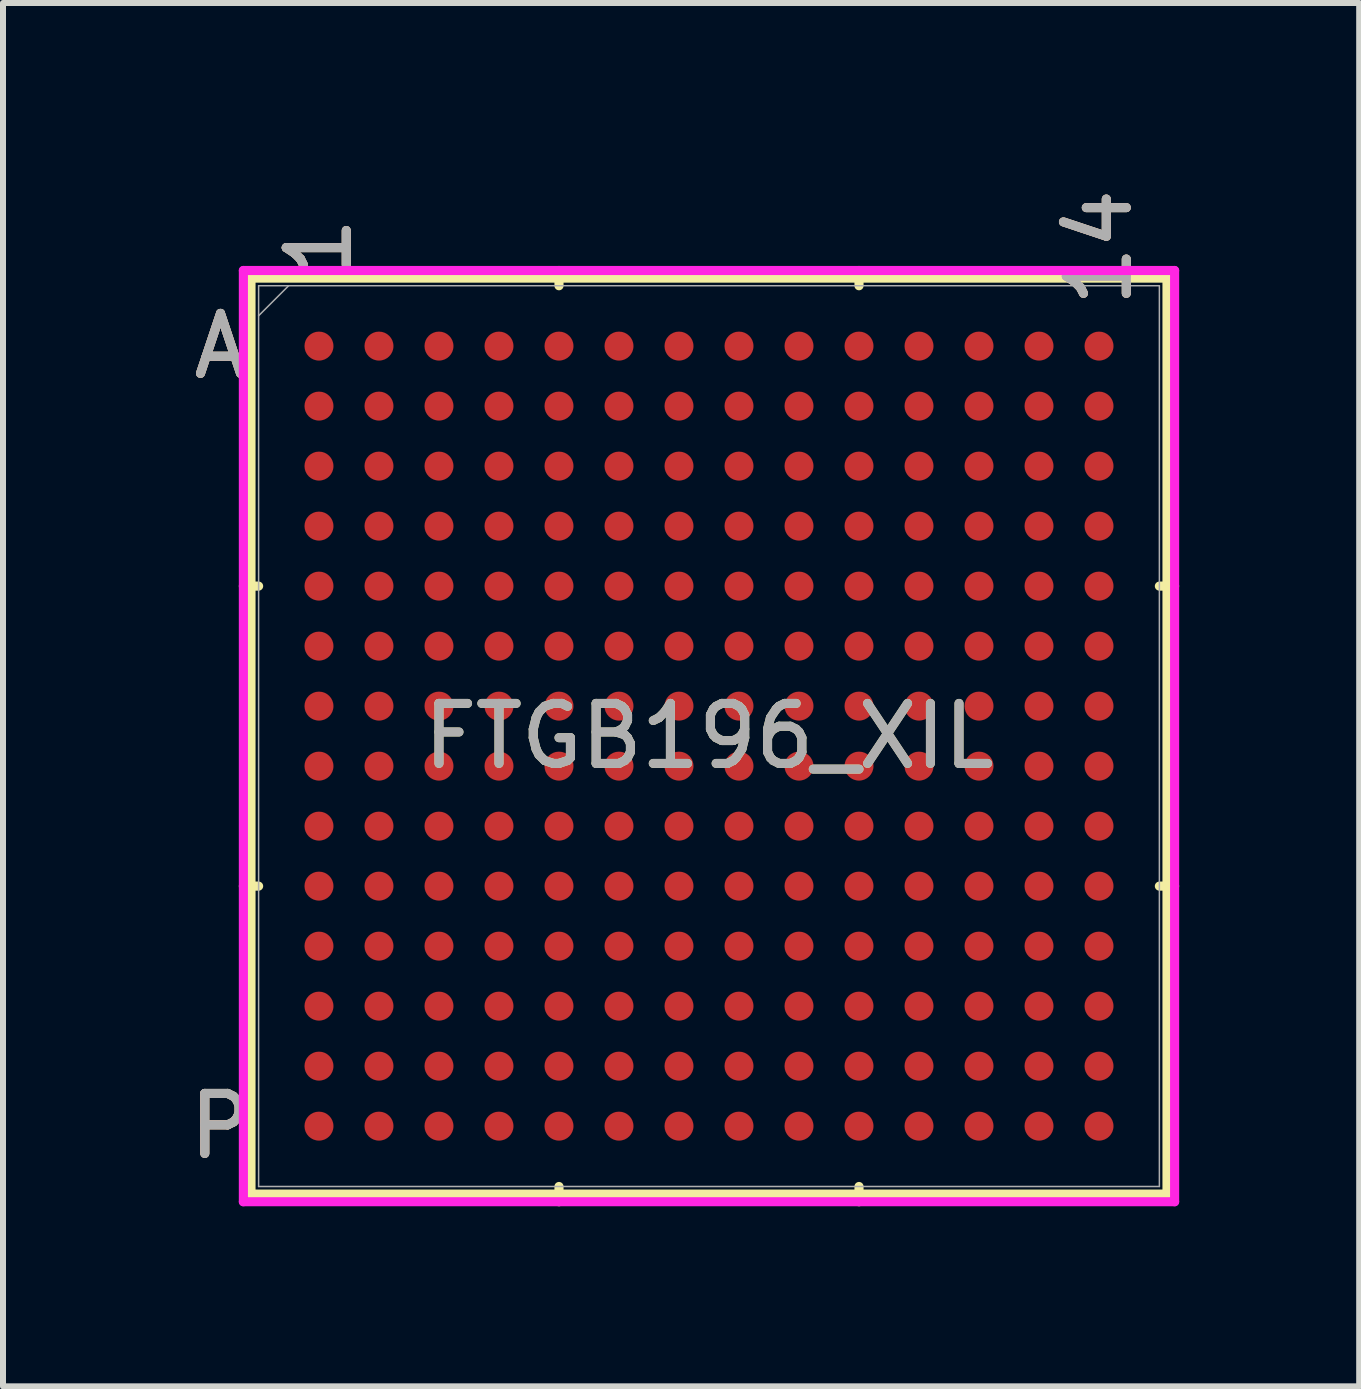
<source format=kicad_pcb>
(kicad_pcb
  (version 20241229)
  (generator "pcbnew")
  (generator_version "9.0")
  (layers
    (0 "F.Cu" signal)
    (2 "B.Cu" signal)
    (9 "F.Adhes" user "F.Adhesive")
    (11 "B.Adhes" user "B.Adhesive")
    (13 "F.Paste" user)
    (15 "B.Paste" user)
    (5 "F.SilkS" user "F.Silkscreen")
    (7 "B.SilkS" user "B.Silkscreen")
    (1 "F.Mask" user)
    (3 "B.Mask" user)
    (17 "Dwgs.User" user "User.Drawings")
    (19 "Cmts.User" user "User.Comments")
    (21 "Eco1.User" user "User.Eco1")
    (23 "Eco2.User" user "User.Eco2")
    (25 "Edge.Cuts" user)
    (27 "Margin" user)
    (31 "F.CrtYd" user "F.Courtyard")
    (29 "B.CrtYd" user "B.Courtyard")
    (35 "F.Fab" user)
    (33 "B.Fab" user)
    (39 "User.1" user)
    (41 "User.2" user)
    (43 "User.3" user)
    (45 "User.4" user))
  (footprint "FTGB196_XIL"
    (layer "F.Cu")
    (at 8.766 9.218)
    (property "Reference" "FTGB196_XIL" (at 0 0 0) (unlocked yes) (layer "F.SilkS") (effects (font (size 1 1) (thickness 0.15))))
    (attr smd)
    (fp_line (start -7.633 -7.633) (end -7.633 7.633) (stroke (width 0.152) (type solid)) (layer "F.SilkS"))
    (fp_line (start -7.633 7.633) (end 7.633 7.633) (stroke (width 0.152) (type solid)) (layer "F.SilkS"))
    (fp_line (start -7.506 -2.5) (end -7.76 -2.5) (stroke (width 0.152) (type solid)) (layer "F.SilkS"))
    (fp_line (start -7.506 2.5) (end -7.76 2.5) (stroke (width 0.152) (type solid)) (layer "F.SilkS"))
    (fp_line (start -2.5 -7.506) (end -2.5 -7.76) (stroke (width 0.152) (type solid)) (layer "F.SilkS"))
    (fp_line (start -2.5 7.506) (end -2.5 7.76) (stroke (width 0.152) (type solid)) (layer "F.SilkS"))
    (fp_line (start 2.5 -7.506) (end 2.5 -7.76) (stroke (width 0.152) (type solid)) (layer "F.SilkS"))
    (fp_line (start 2.5 7.506) (end 2.5 7.76) (stroke (width 0.152) (type solid)) (layer "F.SilkS"))
    (fp_line (start 7.506 -2.5) (end 7.76 -2.5) (stroke (width 0.152) (type solid)) (layer "F.SilkS"))
    (fp_line (start 7.506 2.5) (end 7.76 2.5) (stroke (width 0.152) (type solid)) (layer "F.SilkS"))
    (fp_line (start 7.633 -7.633) (end -7.633 -7.633) (stroke (width 0.152) (type solid)) (layer "F.SilkS"))
    (fp_line (start 7.633 7.633) (end 7.633 -7.633) (stroke (width 0.152) (type solid)) (layer "F.SilkS"))
    (fp_poly (pts (xy -7.508 -7.508) (xy 7.508 -7.508) (xy 7.508 7.508) (xy -7.508 7.508)) (stroke (width 0.1) (type solid)) (fill no) (layer "Eco2.User"))
    (fp_line (start -7.76 -7.76) (end 7.76 -7.76) (stroke (width 0.152) (type solid)) (layer "F.CrtYd"))
    (fp_line (start -7.76 7.76) (end -7.76 -7.76) (stroke (width 0.152) (type solid)) (layer "F.CrtYd"))
    (fp_line (start 7.76 -7.76) (end 7.76 7.76) (stroke (width 0.152) (type solid)) (layer "F.CrtYd"))
    (fp_line (start 7.76 7.76) (end -7.76 7.76) (stroke (width 0.152) (type solid)) (layer "F.CrtYd"))
    (fp_line (start -7.506 -7.506) (end -7.506 7.506) (stroke (width 0.025) (type solid)) (layer "F.Fab"))
    (fp_line (start -7.506 7.506) (end 7.506 7.506) (stroke (width 0.025) (type solid)) (layer "F.Fab"))
    (fp_line (start -7.006 -7.506) (end -7.506 -7.006) (stroke (width 0.025) (type solid)) (layer "F.Fab"))
    (fp_line (start 7.506 -7.506) (end -7.506 -7.506) (stroke (width 0.025) (type solid)) (layer "F.Fab"))
    (fp_line (start 7.506 7.506) (end 7.506 -7.506) (stroke (width 0.025) (type solid)) (layer "F.Fab"))
    (fp_text user "14" (at 6.5 -8.141 90) (unlocked yes) (layer "F.SilkS") (effects (font (size 1 1) (thickness 0.15))))
    (fp_text user "1" (at -6.5 -8.141 90) (unlocked yes) (layer "F.SilkS") (effects (font (size 1 1) (thickness 0.15))))
    (fp_text user "A" (at -8.141 -6.5 0) (unlocked yes) (layer "F.SilkS") (effects (font (size 1 1) (thickness 0.15))))
    (fp_text user "P" (at -8.141 6.5 0) (unlocked yes) (layer "F.SilkS") (effects (font (size 1 1) (thickness 0.15))))
    (fp_text user "A" (at -8.141 -6.5 0) (unlocked yes) (layer "B.SilkS") (effects (font (size 1 1) (thickness 0.15))))
    (fp_text user "14" (at 6.5 -8.141 90) (unlocked yes) (layer "B.SilkS") (effects (font (size 1 1) (thickness 0.15))))
    (fp_text user "1" (at -6.5 -8.141 90) (unlocked yes) (layer "B.SilkS") (effects (font (size 1 1) (thickness 0.15))))
    (fp_text user "P" (at -8.141 6.5 0) (unlocked yes) (layer "B.SilkS") (effects (font (size 1 1) (thickness 0.15))))
    (fp_text user "14" (at 6.5 -8.141 90) (unlocked yes) (layer "F.Fab") (effects (font (size 1 1) (thickness 0.15))))
    (fp_text user "${REFERENCE}" (at 0 0 0) (unlocked yes) (layer "F.Fab") (effects (font (size 1 1) (thickness 0.15))))
    (fp_text user "1" (at -6.5 -8.141 90) (unlocked yes) (layer "F.Fab") (effects (font (size 1 1) (thickness 0.15))))
    (fp_text user "A" (at -8.141 -6.5 0) (unlocked yes) (layer "F.Fab") (effects (font (size 1 1) (thickness 0.15))))
    (fp_text user "P" (at -8.141 6.5 0) (unlocked yes) (layer "F.Fab") (effects (font (size 1 1) (thickness 0.15))))
    (pad "A1" smd circle (at -6.5 -6.5) (size 0.483 0.483) (layers "F.Cu" "F.Mask" "F.Paste"))
    (pad "A2" smd circle (at -5.5 -6.5) (size 0.483 0.483) (layers "F.Cu" "F.Mask" "F.Paste"))
    (pad "A3" smd circle (at -4.5 -6.5) (size 0.483 0.483) (layers "F.Cu" "F.Mask" "F.Paste"))
    (pad "A4" smd circle (at -3.5 -6.5) (size 0.483 0.483) (layers "F.Cu" "F.Mask" "F.Paste"))
    (pad "A5" smd circle (at -2.5 -6.5) (size 0.483 0.483) (layers "F.Cu" "F.Mask" "F.Paste"))
    (pad "A6" smd circle (at -1.5 -6.5) (size 0.483 0.483) (layers "F.Cu" "F.Mask" "F.Paste"))
    (pad "A7" smd circle (at -0.5 -6.5) (size 0.483 0.483) (layers "F.Cu" "F.Mask" "F.Paste"))
    (pad "A8" smd circle (at 0.5 -6.5) (size 0.483 0.483) (layers "F.Cu" "F.Mask" "F.Paste"))
    (pad "A9" smd circle (at 1.5 -6.5) (size 0.483 0.483) (layers "F.Cu" "F.Mask" "F.Paste"))
    (pad "A10" smd circle (at 2.5 -6.5) (size 0.483 0.483) (layers "F.Cu" "F.Mask" "F.Paste"))
    (pad "A11" smd circle (at 3.5 -6.5) (size 0.483 0.483) (layers "F.Cu" "F.Mask" "F.Paste"))
    (pad "A12" smd circle (at 4.5 -6.5) (size 0.483 0.483) (layers "F.Cu" "F.Mask" "F.Paste"))
    (pad "A13" smd circle (at 5.5 -6.5) (size 0.483 0.483) (layers "F.Cu" "F.Mask" "F.Paste"))
    (pad "A14" smd circle (at 6.5 -6.5) (size 0.483 0.483) (layers "F.Cu" "F.Mask" "F.Paste"))
    (pad "B1" smd circle (at -6.5 -5.5) (size 0.483 0.483) (layers "F.Cu" "F.Mask" "F.Paste"))
    (pad "B2" smd circle (at -5.5 -5.5) (size 0.483 0.483) (layers "F.Cu" "F.Mask" "F.Paste"))
    (pad "B3" smd circle (at -4.5 -5.5) (size 0.483 0.483) (layers "F.Cu" "F.Mask" "F.Paste"))
    (pad "B4" smd circle (at -3.5 -5.5) (size 0.483 0.483) (layers "F.Cu" "F.Mask" "F.Paste"))
    (pad "B5" smd circle (at -2.5 -5.5) (size 0.483 0.483) (layers "F.Cu" "F.Mask" "F.Paste"))
    (pad "B6" smd circle (at -1.5 -5.5) (size 0.483 0.483) (layers "F.Cu" "F.Mask" "F.Paste"))
    (pad "B7" smd circle (at -0.5 -5.5) (size 0.483 0.483) (layers "F.Cu" "F.Mask" "F.Paste"))
    (pad "B8" smd circle (at 0.5 -5.5) (size 0.483 0.483) (layers "F.Cu" "F.Mask" "F.Paste"))
    (pad "B9" smd circle (at 1.5 -5.5) (size 0.483 0.483) (layers "F.Cu" "F.Mask" "F.Paste"))
    (pad "B10" smd circle (at 2.5 -5.5) (size 0.483 0.483) (layers "F.Cu" "F.Mask" "F.Paste"))
    (pad "B11" smd circle (at 3.5 -5.5) (size 0.483 0.483) (layers "F.Cu" "F.Mask" "F.Paste"))
    (pad "B12" smd circle (at 4.5 -5.5) (size 0.483 0.483) (layers "F.Cu" "F.Mask" "F.Paste"))
    (pad "B13" smd circle (at 5.5 -5.5) (size 0.483 0.483) (layers "F.Cu" "F.Mask" "F.Paste"))
    (pad "B14" smd circle (at 6.5 -5.5) (size 0.483 0.483) (layers "F.Cu" "F.Mask" "F.Paste"))
    (pad "C1" smd circle (at -6.5 -4.5) (size 0.483 0.483) (layers "F.Cu" "F.Mask" "F.Paste"))
    (pad "C2" smd circle (at -5.5 -4.5) (size 0.483 0.483) (layers "F.Cu" "F.Mask" "F.Paste"))
    (pad "C3" smd circle (at -4.5 -4.5) (size 0.483 0.483) (layers "F.Cu" "F.Mask" "F.Paste"))
    (pad "C4" smd circle (at -3.5 -4.5) (size 0.483 0.483) (layers "F.Cu" "F.Mask" "F.Paste"))
    (pad "C5" smd circle (at -2.5 -4.5) (size 0.483 0.483) (layers "F.Cu" "F.Mask" "F.Paste"))
    (pad "C6" smd circle (at -1.5 -4.5) (size 0.483 0.483) (layers "F.Cu" "F.Mask" "F.Paste"))
    (pad "C7" smd circle (at -0.5 -4.5) (size 0.483 0.483) (layers "F.Cu" "F.Mask" "F.Paste"))
    (pad "C8" smd circle (at 0.5 -4.5) (size 0.483 0.483) (layers "F.Cu" "F.Mask" "F.Paste"))
    (pad "C9" smd circle (at 1.5 -4.5) (size 0.483 0.483) (layers "F.Cu" "F.Mask" "F.Paste"))
    (pad "C10" smd circle (at 2.5 -4.5) (size 0.483 0.483) (layers "F.Cu" "F.Mask" "F.Paste"))
    (pad "C11" smd circle (at 3.5 -4.5) (size 0.483 0.483) (layers "F.Cu" "F.Mask" "F.Paste"))
    (pad "C12" smd circle (at 4.5 -4.5) (size 0.483 0.483) (layers "F.Cu" "F.Mask" "F.Paste"))
    (pad "C13" smd circle (at 5.5 -4.5) (size 0.483 0.483) (layers "F.Cu" "F.Mask" "F.Paste"))
    (pad "C14" smd circle (at 6.5 -4.5) (size 0.483 0.483) (layers "F.Cu" "F.Mask" "F.Paste"))
    (pad "D1" smd circle (at -6.5 -3.5) (size 0.483 0.483) (layers "F.Cu" "F.Mask" "F.Paste"))
    (pad "D2" smd circle (at -5.5 -3.5) (size 0.483 0.483) (layers "F.Cu" "F.Mask" "F.Paste"))
    (pad "D3" smd circle (at -4.5 -3.5) (size 0.483 0.483) (layers "F.Cu" "F.Mask" "F.Paste"))
    (pad "D4" smd circle (at -3.5 -3.5) (size 0.483 0.483) (layers "F.Cu" "F.Mask" "F.Paste"))
    (pad "D5" smd circle (at -2.5 -3.5) (size 0.483 0.483) (layers "F.Cu" "F.Mask" "F.Paste"))
    (pad "D6" smd circle (at -1.5 -3.5) (size 0.483 0.483) (layers "F.Cu" "F.Mask" "F.Paste"))
    (pad "D7" smd circle (at -0.5 -3.5) (size 0.483 0.483) (layers "F.Cu" "F.Mask" "F.Paste"))
    (pad "D8" smd circle (at 0.5 -3.5) (size 0.483 0.483) (layers "F.Cu" "F.Mask" "F.Paste"))
    (pad "D9" smd circle (at 1.5 -3.5) (size 0.483 0.483) (layers "F.Cu" "F.Mask" "F.Paste"))
    (pad "D10" smd circle (at 2.5 -3.5) (size 0.483 0.483) (layers "F.Cu" "F.Mask" "F.Paste"))
    (pad "D11" smd circle (at 3.5 -3.5) (size 0.483 0.483) (layers "F.Cu" "F.Mask" "F.Paste"))
    (pad "D12" smd circle (at 4.5 -3.5) (size 0.483 0.483) (layers "F.Cu" "F.Mask" "F.Paste"))
    (pad "D13" smd circle (at 5.5 -3.5) (size 0.483 0.483) (layers "F.Cu" "F.Mask" "F.Paste"))
    (pad "D14" smd circle (at 6.5 -3.5) (size 0.483 0.483) (layers "F.Cu" "F.Mask" "F.Paste"))
    (pad "E1" smd circle (at -6.5 -2.5) (size 0.483 0.483) (layers "F.Cu" "F.Mask" "F.Paste"))
    (pad "E2" smd circle (at -5.5 -2.5) (size 0.483 0.483) (layers "F.Cu" "F.Mask" "F.Paste"))
    (pad "E3" smd circle (at -4.5 -2.5) (size 0.483 0.483) (layers "F.Cu" "F.Mask" "F.Paste"))
    (pad "E4" smd circle (at -3.5 -2.5) (size 0.483 0.483) (layers "F.Cu" "F.Mask" "F.Paste"))
    (pad "E5" smd circle (at -2.5 -2.5) (size 0.483 0.483) (layers "F.Cu" "F.Mask" "F.Paste"))
    (pad "E6" smd circle (at -1.5 -2.5) (size 0.483 0.483) (layers "F.Cu" "F.Mask" "F.Paste"))
    (pad "E7" smd circle (at -0.5 -2.5) (size 0.483 0.483) (layers "F.Cu" "F.Mask" "F.Paste"))
    (pad "E8" smd circle (at 0.5 -2.5) (size 0.483 0.483) (layers "F.Cu" "F.Mask" "F.Paste"))
    (pad "E9" smd circle (at 1.5 -2.5) (size 0.483 0.483) (layers "F.Cu" "F.Mask" "F.Paste"))
    (pad "E10" smd circle (at 2.5 -2.5) (size 0.483 0.483) (layers "F.Cu" "F.Mask" "F.Paste"))
    (pad "E11" smd circle (at 3.5 -2.5) (size 0.483 0.483) (layers "F.Cu" "F.Mask" "F.Paste"))
    (pad "E12" smd circle (at 4.5 -2.5) (size 0.483 0.483) (layers "F.Cu" "F.Mask" "F.Paste"))
    (pad "E13" smd circle (at 5.5 -2.5) (size 0.483 0.483) (layers "F.Cu" "F.Mask" "F.Paste"))
    (pad "E14" smd circle (at 6.5 -2.5) (size 0.483 0.483) (layers "F.Cu" "F.Mask" "F.Paste"))
    (pad "F1" smd circle (at -6.5 -1.5) (size 0.483 0.483) (layers "F.Cu" "F.Mask" "F.Paste"))
    (pad "F2" smd circle (at -5.5 -1.5) (size 0.483 0.483) (layers "F.Cu" "F.Mask" "F.Paste"))
    (pad "F3" smd circle (at -4.5 -1.5) (size 0.483 0.483) (layers "F.Cu" "F.Mask" "F.Paste"))
    (pad "F4" smd circle (at -3.5 -1.5) (size 0.483 0.483) (layers "F.Cu" "F.Mask" "F.Paste"))
    (pad "F5" smd circle (at -2.5 -1.5) (size 0.483 0.483) (layers "F.Cu" "F.Mask" "F.Paste"))
    (pad "F6" smd circle (at -1.5 -1.5) (size 0.483 0.483) (layers "F.Cu" "F.Mask" "F.Paste"))
    (pad "F7" smd circle (at -0.5 -1.5) (size 0.483 0.483) (layers "F.Cu" "F.Mask" "F.Paste"))
    (pad "F8" smd circle (at 0.5 -1.5) (size 0.483 0.483) (layers "F.Cu" "F.Mask" "F.Paste"))
    (pad "F9" smd circle (at 1.5 -1.5) (size 0.483 0.483) (layers "F.Cu" "F.Mask" "F.Paste"))
    (pad "F10" smd circle (at 2.5 -1.5) (size 0.483 0.483) (layers "F.Cu" "F.Mask" "F.Paste"))
    (pad "F11" smd circle (at 3.5 -1.5) (size 0.483 0.483) (layers "F.Cu" "F.Mask" "F.Paste"))
    (pad "F12" smd circle (at 4.5 -1.5) (size 0.483 0.483) (layers "F.Cu" "F.Mask" "F.Paste"))
    (pad "F13" smd circle (at 5.5 -1.5) (size 0.483 0.483) (layers "F.Cu" "F.Mask" "F.Paste"))
    (pad "F14" smd circle (at 6.5 -1.5) (size 0.483 0.483) (layers "F.Cu" "F.Mask" "F.Paste"))
    (pad "G1" smd circle (at -6.5 -0.5) (size 0.483 0.483) (layers "F.Cu" "F.Mask" "F.Paste"))
    (pad "G2" smd circle (at -5.5 -0.5) (size 0.483 0.483) (layers "F.Cu" "F.Mask" "F.Paste"))
    (pad "G3" smd circle (at -4.5 -0.5) (size 0.483 0.483) (layers "F.Cu" "F.Mask" "F.Paste"))
    (pad "G4" smd circle (at -3.5 -0.5) (size 0.483 0.483) (layers "F.Cu" "F.Mask" "F.Paste"))
    (pad "G5" smd circle (at -2.5 -0.5) (size 0.483 0.483) (layers "F.Cu" "F.Mask" "F.Paste"))
    (pad "G6" smd circle (at -1.5 -0.5) (size 0.483 0.483) (layers "F.Cu" "F.Mask" "F.Paste"))
    (pad "G7" smd circle (at -0.5 -0.5) (size 0.483 0.483) (layers "F.Cu" "F.Mask" "F.Paste"))
    (pad "G8" smd circle (at 0.5 -0.5) (size 0.483 0.483) (layers "F.Cu" "F.Mask" "F.Paste"))
    (pad "G9" smd circle (at 1.5 -0.5) (size 0.483 0.483) (layers "F.Cu" "F.Mask" "F.Paste"))
    (pad "G10" smd circle (at 2.5 -0.5) (size 0.483 0.483) (layers "F.Cu" "F.Mask" "F.Paste"))
    (pad "G11" smd circle (at 3.5 -0.5) (size 0.483 0.483) (layers "F.Cu" "F.Mask" "F.Paste"))
    (pad "G12" smd circle (at 4.5 -0.5) (size 0.483 0.483) (layers "F.Cu" "F.Mask" "F.Paste"))
    (pad "G13" smd circle (at 5.5 -0.5) (size 0.483 0.483) (layers "F.Cu" "F.Mask" "F.Paste"))
    (pad "G14" smd circle (at 6.5 -0.5) (size 0.483 0.483) (layers "F.Cu" "F.Mask" "F.Paste"))
    (pad "H1" smd circle (at -6.5 0.5) (size 0.483 0.483) (layers "F.Cu" "F.Mask" "F.Paste"))
    (pad "H2" smd circle (at -5.5 0.5) (size 0.483 0.483) (layers "F.Cu" "F.Mask" "F.Paste"))
    (pad "H3" smd circle (at -4.5 0.5) (size 0.483 0.483) (layers "F.Cu" "F.Mask" "F.Paste"))
    (pad "H4" smd circle (at -3.5 0.5) (size 0.483 0.483) (layers "F.Cu" "F.Mask" "F.Paste"))
    (pad "H5" smd circle (at -2.5 0.5) (size 0.483 0.483) (layers "F.Cu" "F.Mask" "F.Paste"))
    (pad "H6" smd circle (at -1.5 0.5) (size 0.483 0.483) (layers "F.Cu" "F.Mask" "F.Paste"))
    (pad "H7" smd circle (at -0.5 0.5) (size 0.483 0.483) (layers "F.Cu" "F.Mask" "F.Paste"))
    (pad "H8" smd circle (at 0.5 0.5) (size 0.483 0.483) (layers "F.Cu" "F.Mask" "F.Paste"))
    (pad "H9" smd circle (at 1.5 0.5) (size 0.483 0.483) (layers "F.Cu" "F.Mask" "F.Paste"))
    (pad "H10" smd circle (at 2.5 0.5) (size 0.483 0.483) (layers "F.Cu" "F.Mask" "F.Paste"))
    (pad "H11" smd circle (at 3.5 0.5) (size 0.483 0.483) (layers "F.Cu" "F.Mask" "F.Paste"))
    (pad "H12" smd circle (at 4.5 0.5) (size 0.483 0.483) (layers "F.Cu" "F.Mask" "F.Paste"))
    (pad "H13" smd circle (at 5.5 0.5) (size 0.483 0.483) (layers "F.Cu" "F.Mask" "F.Paste"))
    (pad "H14" smd circle (at 6.5 0.5) (size 0.483 0.483) (layers "F.Cu" "F.Mask" "F.Paste"))
    (pad "J1" smd circle (at -6.5 1.5) (size 0.483 0.483) (layers "F.Cu" "F.Mask" "F.Paste"))
    (pad "J2" smd circle (at -5.5 1.5) (size 0.483 0.483) (layers "F.Cu" "F.Mask" "F.Paste"))
    (pad "J3" smd circle (at -4.5 1.5) (size 0.483 0.483) (layers "F.Cu" "F.Mask" "F.Paste"))
    (pad "J4" smd circle (at -3.5 1.5) (size 0.483 0.483) (layers "F.Cu" "F.Mask" "F.Paste"))
    (pad "J5" smd circle (at -2.5 1.5) (size 0.483 0.483) (layers "F.Cu" "F.Mask" "F.Paste"))
    (pad "J6" smd circle (at -1.5 1.5) (size 0.483 0.483) (layers "F.Cu" "F.Mask" "F.Paste"))
    (pad "J7" smd circle (at -0.5 1.5) (size 0.483 0.483) (layers "F.Cu" "F.Mask" "F.Paste"))
    (pad "J8" smd circle (at 0.5 1.5) (size 0.483 0.483) (layers "F.Cu" "F.Mask" "F.Paste"))
    (pad "J9" smd circle (at 1.5 1.5) (size 0.483 0.483) (layers "F.Cu" "F.Mask" "F.Paste"))
    (pad "J10" smd circle (at 2.5 1.5) (size 0.483 0.483) (layers "F.Cu" "F.Mask" "F.Paste"))
    (pad "J11" smd circle (at 3.5 1.5) (size 0.483 0.483) (layers "F.Cu" "F.Mask" "F.Paste"))
    (pad "J12" smd circle (at 4.5 1.5) (size 0.483 0.483) (layers "F.Cu" "F.Mask" "F.Paste"))
    (pad "J13" smd circle (at 5.5 1.5) (size 0.483 0.483) (layers "F.Cu" "F.Mask" "F.Paste"))
    (pad "J14" smd circle (at 6.5 1.5) (size 0.483 0.483) (layers "F.Cu" "F.Mask" "F.Paste"))
    (pad "K1" smd circle (at -6.5 2.5) (size 0.483 0.483) (layers "F.Cu" "F.Mask" "F.Paste"))
    (pad "K2" smd circle (at -5.5 2.5) (size 0.483 0.483) (layers "F.Cu" "F.Mask" "F.Paste"))
    (pad "K3" smd circle (at -4.5 2.5) (size 0.483 0.483) (layers "F.Cu" "F.Mask" "F.Paste"))
    (pad "K4" smd circle (at -3.5 2.5) (size 0.483 0.483) (layers "F.Cu" "F.Mask" "F.Paste"))
    (pad "K5" smd circle (at -2.5 2.5) (size 0.483 0.483) (layers "F.Cu" "F.Mask" "F.Paste"))
    (pad "K6" smd circle (at -1.5 2.5) (size 0.483 0.483) (layers "F.Cu" "F.Mask" "F.Paste"))
    (pad "K7" smd circle (at -0.5 2.5) (size 0.483 0.483) (layers "F.Cu" "F.Mask" "F.Paste"))
    (pad "K8" smd circle (at 0.5 2.5) (size 0.483 0.483) (layers "F.Cu" "F.Mask" "F.Paste"))
    (pad "K9" smd circle (at 1.5 2.5) (size 0.483 0.483) (layers "F.Cu" "F.Mask" "F.Paste"))
    (pad "K10" smd circle (at 2.5 2.5) (size 0.483 0.483) (layers "F.Cu" "F.Mask" "F.Paste"))
    (pad "K11" smd circle (at 3.5 2.5) (size 0.483 0.483) (layers "F.Cu" "F.Mask" "F.Paste"))
    (pad "K12" smd circle (at 4.5 2.5) (size 0.483 0.483) (layers "F.Cu" "F.Mask" "F.Paste"))
    (pad "K13" smd circle (at 5.5 2.5) (size 0.483 0.483) (layers "F.Cu" "F.Mask" "F.Paste"))
    (pad "K14" smd circle (at 6.5 2.5) (size 0.483 0.483) (layers "F.Cu" "F.Mask" "F.Paste"))
    (pad "L1" smd circle (at -6.5 3.5) (size 0.483 0.483) (layers "F.Cu" "F.Mask" "F.Paste"))
    (pad "L2" smd circle (at -5.5 3.5) (size 0.483 0.483) (layers "F.Cu" "F.Mask" "F.Paste"))
    (pad "L3" smd circle (at -4.5 3.5) (size 0.483 0.483) (layers "F.Cu" "F.Mask" "F.Paste"))
    (pad "L4" smd circle (at -3.5 3.5) (size 0.483 0.483) (layers "F.Cu" "F.Mask" "F.Paste"))
    (pad "L5" smd circle (at -2.5 3.5) (size 0.483 0.483) (layers "F.Cu" "F.Mask" "F.Paste"))
    (pad "L6" smd circle (at -1.5 3.5) (size 0.483 0.483) (layers "F.Cu" "F.Mask" "F.Paste"))
    (pad "L7" smd circle (at -0.5 3.5) (size 0.483 0.483) (layers "F.Cu" "F.Mask" "F.Paste"))
    (pad "L8" smd circle (at 0.5 3.5) (size 0.483 0.483) (layers "F.Cu" "F.Mask" "F.Paste"))
    (pad "L9" smd circle (at 1.5 3.5) (size 0.483 0.483) (layers "F.Cu" "F.Mask" "F.Paste"))
    (pad "L10" smd circle (at 2.5 3.5) (size 0.483 0.483) (layers "F.Cu" "F.Mask" "F.Paste"))
    (pad "L11" smd circle (at 3.5 3.5) (size 0.483 0.483) (layers "F.Cu" "F.Mask" "F.Paste"))
    (pad "L12" smd circle (at 4.5 3.5) (size 0.483 0.483) (layers "F.Cu" "F.Mask" "F.Paste"))
    (pad "L13" smd circle (at 5.5 3.5) (size 0.483 0.483) (layers "F.Cu" "F.Mask" "F.Paste"))
    (pad "L14" smd circle (at 6.5 3.5) (size 0.483 0.483) (layers "F.Cu" "F.Mask" "F.Paste"))
    (pad "M1" smd circle (at -6.5 4.5) (size 0.483 0.483) (layers "F.Cu" "F.Mask" "F.Paste"))
    (pad "M2" smd circle (at -5.5 4.5) (size 0.483 0.483) (layers "F.Cu" "F.Mask" "F.Paste"))
    (pad "M3" smd circle (at -4.5 4.5) (size 0.483 0.483) (layers "F.Cu" "F.Mask" "F.Paste"))
    (pad "M4" smd circle (at -3.5 4.5) (size 0.483 0.483) (layers "F.Cu" "F.Mask" "F.Paste"))
    (pad "M5" smd circle (at -2.5 4.5) (size 0.483 0.483) (layers "F.Cu" "F.Mask" "F.Paste"))
    (pad "M6" smd circle (at -1.5 4.5) (size 0.483 0.483) (layers "F.Cu" "F.Mask" "F.Paste"))
    (pad "M7" smd circle (at -0.5 4.5) (size 0.483 0.483) (layers "F.Cu" "F.Mask" "F.Paste"))
    (pad "M8" smd circle (at 0.5 4.5) (size 0.483 0.483) (layers "F.Cu" "F.Mask" "F.Paste"))
    (pad "M9" smd circle (at 1.5 4.5) (size 0.483 0.483) (layers "F.Cu" "F.Mask" "F.Paste"))
    (pad "M10" smd circle (at 2.5 4.5) (size 0.483 0.483) (layers "F.Cu" "F.Mask" "F.Paste"))
    (pad "M11" smd circle (at 3.5 4.5) (size 0.483 0.483) (layers "F.Cu" "F.Mask" "F.Paste"))
    (pad "M12" smd circle (at 4.5 4.5) (size 0.483 0.483) (layers "F.Cu" "F.Mask" "F.Paste"))
    (pad "M13" smd circle (at 5.5 4.5) (size 0.483 0.483) (layers "F.Cu" "F.Mask" "F.Paste"))
    (pad "M14" smd circle (at 6.5 4.5) (size 0.483 0.483) (layers "F.Cu" "F.Mask" "F.Paste"))
    (pad "N1" smd circle (at -6.5 5.5) (size 0.483 0.483) (layers "F.Cu" "F.Mask" "F.Paste"))
    (pad "N2" smd circle (at -5.5 5.5) (size 0.483 0.483) (layers "F.Cu" "F.Mask" "F.Paste"))
    (pad "N3" smd circle (at -4.5 5.5) (size 0.483 0.483) (layers "F.Cu" "F.Mask" "F.Paste"))
    (pad "N4" smd circle (at -3.5 5.5) (size 0.483 0.483) (layers "F.Cu" "F.Mask" "F.Paste"))
    (pad "N5" smd circle (at -2.5 5.5) (size 0.483 0.483) (layers "F.Cu" "F.Mask" "F.Paste"))
    (pad "N6" smd circle (at -1.5 5.5) (size 0.483 0.483) (layers "F.Cu" "F.Mask" "F.Paste"))
    (pad "N7" smd circle (at -0.5 5.5) (size 0.483 0.483) (layers "F.Cu" "F.Mask" "F.Paste"))
    (pad "N8" smd circle (at 0.5 5.5) (size 0.483 0.483) (layers "F.Cu" "F.Mask" "F.Paste"))
    (pad "N9" smd circle (at 1.5 5.5) (size 0.483 0.483) (layers "F.Cu" "F.Mask" "F.Paste"))
    (pad "N10" smd circle (at 2.5 5.5) (size 0.483 0.483) (layers "F.Cu" "F.Mask" "F.Paste"))
    (pad "N11" smd circle (at 3.5 5.5) (size 0.483 0.483) (layers "F.Cu" "F.Mask" "F.Paste"))
    (pad "N12" smd circle (at 4.5 5.5) (size 0.483 0.483) (layers "F.Cu" "F.Mask" "F.Paste"))
    (pad "N13" smd circle (at 5.5 5.5) (size 0.483 0.483) (layers "F.Cu" "F.Mask" "F.Paste"))
    (pad "N14" smd circle (at 6.5 5.5) (size 0.483 0.483) (layers "F.Cu" "F.Mask" "F.Paste"))
    (pad "P1" smd circle (at -6.5 6.5) (size 0.483 0.483) (layers "F.Cu" "F.Mask" "F.Paste"))
    (pad "P2" smd circle (at -5.5 6.5) (size 0.483 0.483) (layers "F.Cu" "F.Mask" "F.Paste"))
    (pad "P3" smd circle (at -4.5 6.5) (size 0.483 0.483) (layers "F.Cu" "F.Mask" "F.Paste"))
    (pad "P4" smd circle (at -3.5 6.5) (size 0.483 0.483) (layers "F.Cu" "F.Mask" "F.Paste"))
    (pad "P5" smd circle (at -2.5 6.5) (size 0.483 0.483) (layers "F.Cu" "F.Mask" "F.Paste"))
    (pad "P6" smd circle (at -1.5 6.5) (size 0.483 0.483) (layers "F.Cu" "F.Mask" "F.Paste"))
    (pad "P7" smd circle (at -0.5 6.5) (size 0.483 0.483) (layers "F.Cu" "F.Mask" "F.Paste"))
    (pad "P8" smd circle (at 0.5 6.5) (size 0.483 0.483) (layers "F.Cu" "F.Mask" "F.Paste"))
    (pad "P9" smd circle (at 1.5 6.5) (size 0.483 0.483) (layers "F.Cu" "F.Mask" "F.Paste"))
    (pad "P10" smd circle (at 2.5 6.5) (size 0.483 0.483) (layers "F.Cu" "F.Mask" "F.Paste"))
    (pad "P11" smd circle (at 3.5 6.5) (size 0.483 0.483) (layers "F.Cu" "F.Mask" "F.Paste"))
    (pad "P12" smd circle (at 4.5 6.5) (size 0.483 0.483) (layers "F.Cu" "F.Mask" "F.Paste"))
    (pad "P13" smd circle (at 5.5 6.5) (size 0.483 0.483) (layers "F.Cu" "F.Mask" "F.Paste"))
    (pad "P14" smd circle (at 6.5 6.5) (size 0.483 0.483) (layers "F.Cu" "F.Mask" "F.Paste")))
  (gr_rect
    (start -3 -3)
    (end 19.602 20.054)
    (stroke (width 0.1) (type default))
    (fill no)
    (layer "Edge.Cuts")))
</source>
